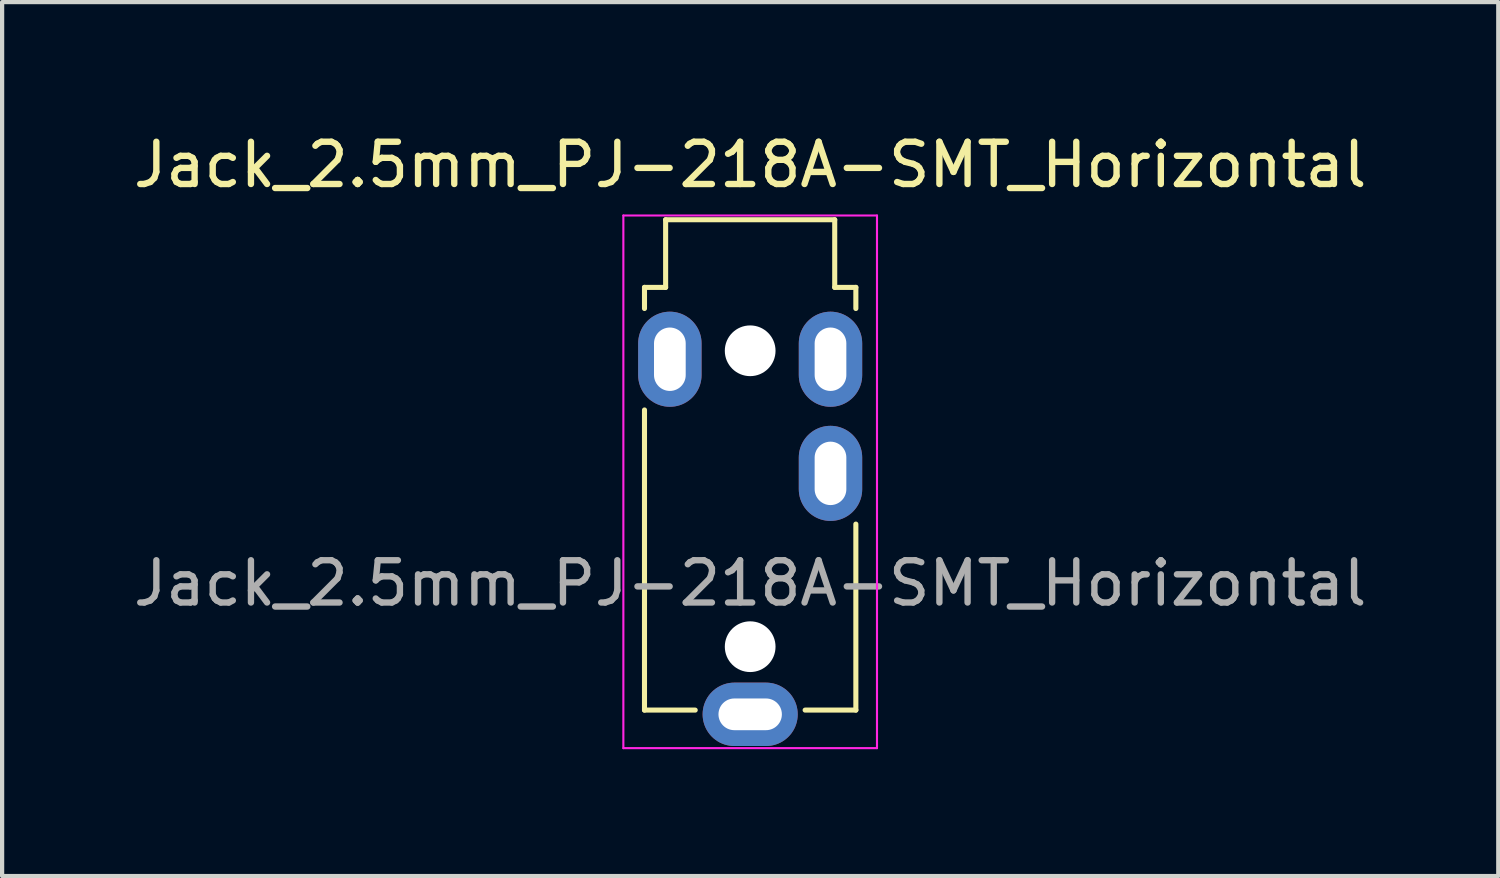
<source format=kicad_pcb>
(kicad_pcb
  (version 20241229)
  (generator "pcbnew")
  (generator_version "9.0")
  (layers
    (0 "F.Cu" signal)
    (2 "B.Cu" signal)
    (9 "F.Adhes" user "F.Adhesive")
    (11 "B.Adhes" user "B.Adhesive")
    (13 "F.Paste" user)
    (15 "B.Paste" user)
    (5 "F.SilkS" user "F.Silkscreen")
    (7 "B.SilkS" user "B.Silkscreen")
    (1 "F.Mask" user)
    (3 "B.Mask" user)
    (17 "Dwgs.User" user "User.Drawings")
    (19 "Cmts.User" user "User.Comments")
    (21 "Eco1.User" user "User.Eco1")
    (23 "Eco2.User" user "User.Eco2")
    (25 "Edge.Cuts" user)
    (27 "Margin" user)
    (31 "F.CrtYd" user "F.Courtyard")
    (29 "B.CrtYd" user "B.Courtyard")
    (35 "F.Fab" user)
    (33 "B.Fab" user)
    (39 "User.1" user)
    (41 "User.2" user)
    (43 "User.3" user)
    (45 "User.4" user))
  (footprint "Jack_2.5mm_PJ-218A-SMT_Horizontal"
    (layer "F.Cu")
    (at 14.696 3.748)
    (property "Reference" "Jack_2.5mm_PJ-218A-SMT_Horizontal" (at 0 -2.9 0) (layer "F.SilkS") (effects (font (size 1 1) (thickness 0.15))))
    (attr smd)
    (fp_line (start -2.5 0) (end -2.5 0.5) (stroke (width 0.12) (type solid)) (layer "F.SilkS"))
    (fp_line (start -2.5 0) (end -2 0) (stroke (width 0.12) (type solid)) (layer "F.SilkS"))
    (fp_line (start -2.5 10) (end -2.5 2.9) (stroke (width 0.12) (type solid)) (layer "F.SilkS"))
    (fp_line (start -2 -1.6) (end 2 -1.6) (stroke (width 0.12) (type solid)) (layer "F.SilkS"))
    (fp_line (start -2 0) (end -2 -1.6) (stroke (width 0.12) (type solid)) (layer "F.SilkS"))
    (fp_line (start -1.3 10) (end -2.5 10) (stroke (width 0.12) (type solid)) (layer "F.SilkS"))
    (fp_line (start 2 -1.6) (end 2 0) (stroke (width 0.12) (type solid)) (layer "F.SilkS"))
    (fp_line (start 2 0) (end 2.5 0) (stroke (width 0.12) (type solid)) (layer "F.SilkS"))
    (fp_line (start 2.5 0) (end 2.5 0.5) (stroke (width 0.12) (type solid)) (layer "F.SilkS"))
    (fp_line (start 2.5 5.6) (end 2.5 10) (stroke (width 0.12) (type solid)) (layer "F.SilkS"))
    (fp_line (start 2.5 10) (end 1.3 10) (stroke (width 0.12) (type solid)) (layer "F.SilkS"))
    (fp_line (start -3 -1.7) (end 3 -1.7) (stroke (width 0.05) (type solid)) (layer "F.CrtYd"))
    (fp_line (start -3 10.9) (end -3 -1.7) (stroke (width 0.05) (type solid)) (layer "F.CrtYd"))
    (fp_line (start 3 -1.7) (end 3 10.9) (stroke (width 0.05) (type solid)) (layer "F.CrtYd"))
    (fp_line (start 3 10.9) (end -3 10.9) (stroke (width 0.05) (type solid)) (layer "F.CrtYd"))
    (fp_text user "${REFERENCE}" (at 0 7 0) (layer "F.Fab") (effects (font (size 1 1) (thickness 0.15))))
    (pad "" smd circle (at -1.9 4.4) (size 1.524 1.524) (layers "Eco1.User"))
    (pad "" smd circle (at -1.9 8.8) (size 1.524 1.524) (layers "Eco1.User"))
    (pad "" np_thru_hole circle (at 0 1.5) (size 1.2 1.2) (drill 1.2) (layers "*.Cu" "*.Mask"))
    (pad "" np_thru_hole circle (at 0 8.5) (size 1.2 1.2) (drill 1.2) (layers "*.Cu" "*.Mask"))
    (pad "R" thru_hole oval (at 1.9 4.4) (size 1.5 2.25) (drill oval 0.75 1.5) (layers "*.Cu" "*.Mask"))
    (pad "S" thru_hole oval (at 1.9 1.7) (size 1.5 2.25) (drill oval 0.75 1.5) (layers "*.Cu" "*.Mask"))
    (pad "SN" thru_hole oval (at -1.9 1.7) (size 1.5 2.25) (drill oval 0.75 1.5) (layers "*.Cu" "*.Mask"))
    (pad "T" thru_hole oval (at 0 10.1 90) (size 1.5 2.25) (drill oval 0.75 1.5) (layers "*.Cu" "*.Mask")))
  (gr_rect
    (start -3 -3)
    (end 32.393 17.673)
    (stroke (width 0.1) (type default))
    (fill no)
    (layer "Edge.Cuts")))
</source>
